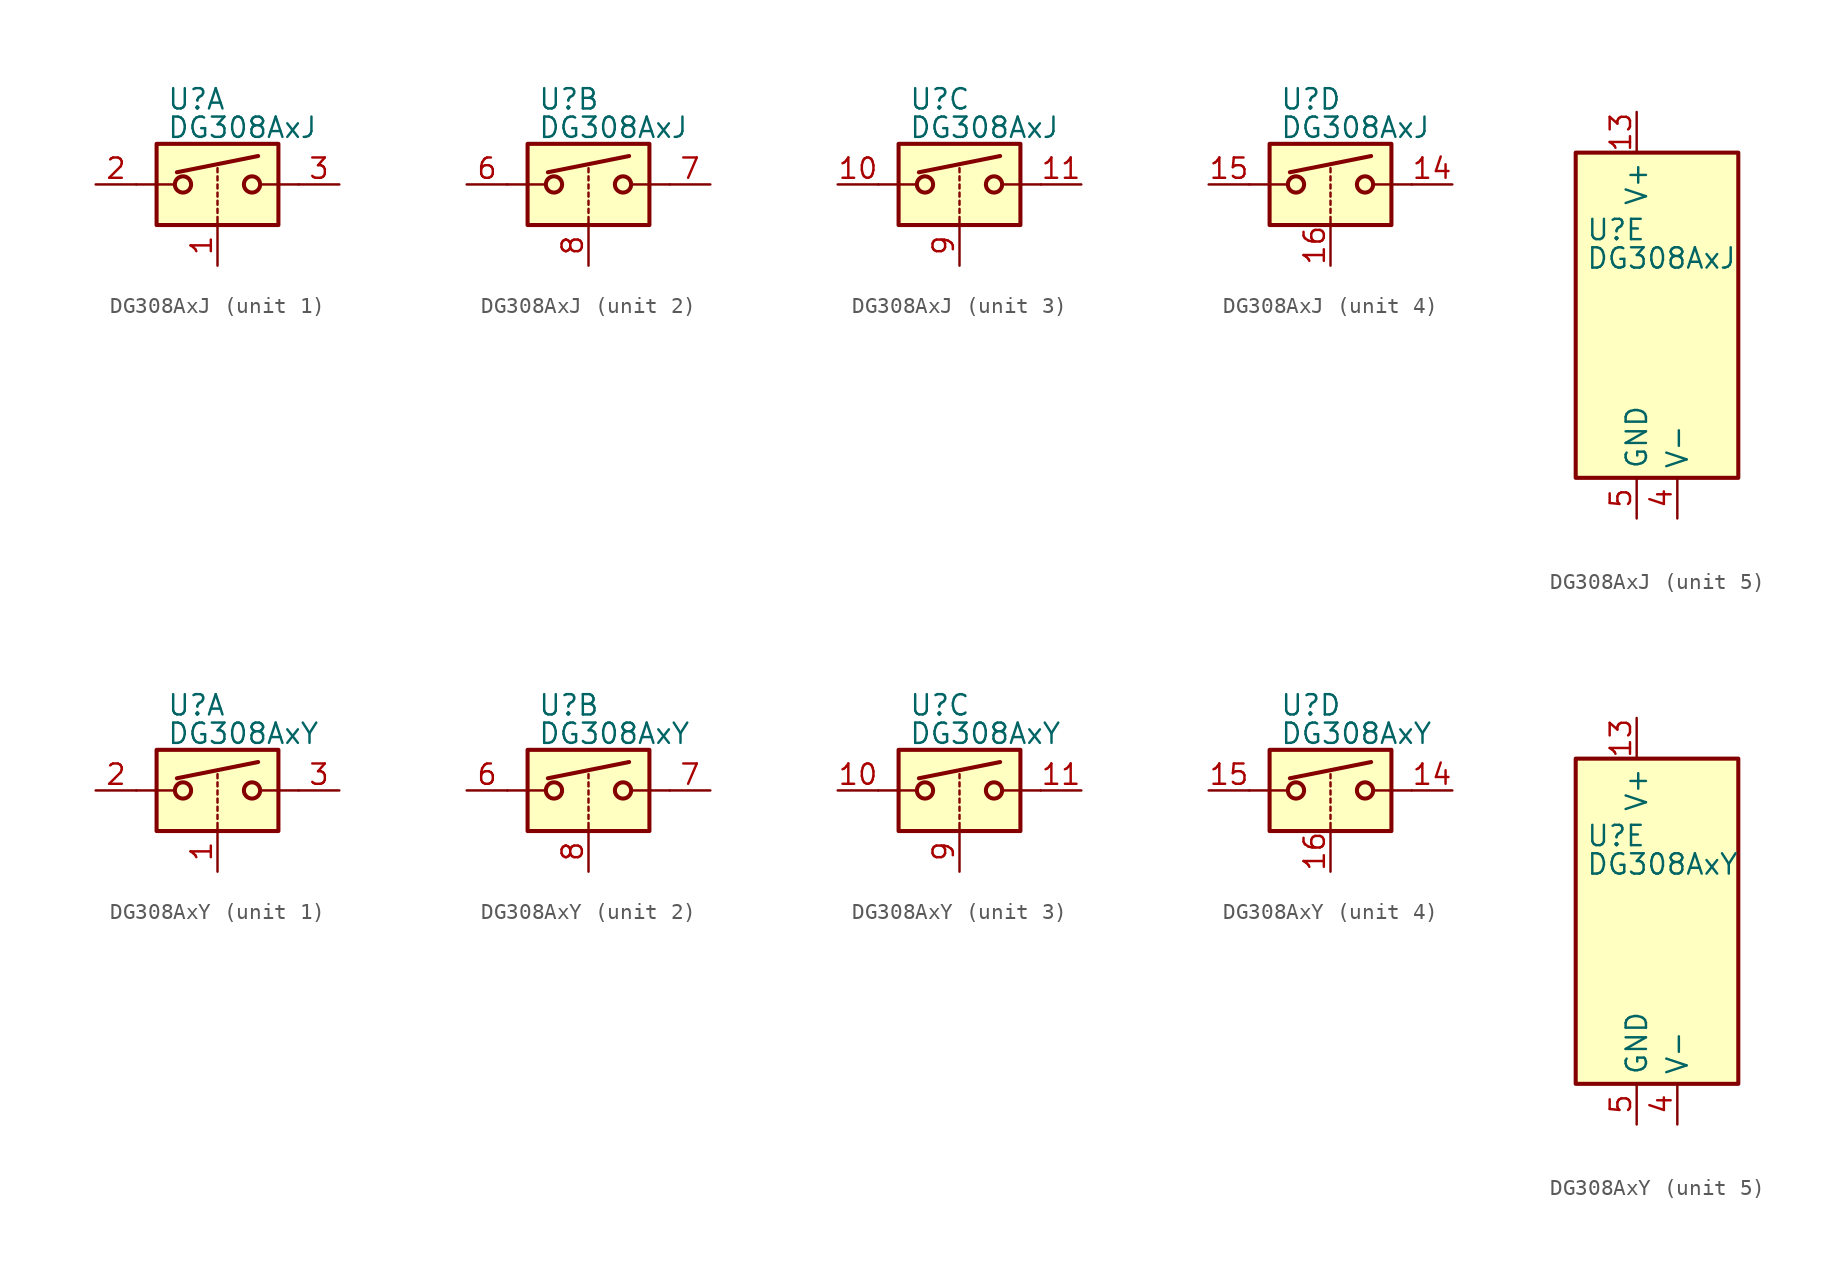
<source format=kicad_sym>
(kicad_symbol_lib
  (version 20201005)
  (generator kicad_symbol_editor)
  (symbol "Analog_Switch:DG308AxJ"
    (property "Reference" "U"
      (at -3.175 5.334 0)
      (effects (font (size 1.27 1.27)) (justify left)))
    (property "Value" "DG308AxJ"
      (at -3.175 3.556 0)
      (effects (font (size 1.27 1.27)) (justify left)))
    (symbol "DG308AxJ_1_1"
      (circle (center -2.159 0) (radius 0.508) (stroke (width 0.254)) (fill (type none)))
      (circle (center 2.159 0) (radius 0.508) (stroke (width 0.254)) (fill (type none)))
      (rectangle (start -3.81 2.54) (end 3.81 -2.54) (stroke (width 0.254)) (fill (type background)))
      (polyline (pts (xy -5.08 0) (xy -2.794 0)) (stroke (width 0)) (fill (type none)))
      (polyline (pts (xy -2.54 0.762) (xy 2.54 1.778)) (stroke (width 0.254)) (fill (type none)))
      (polyline (pts (xy 0 -2.54) (xy 0 -2.032)) (stroke (width 0)) (fill (type none)))
      (polyline (pts (xy 0 -1.778) (xy 0 -1.524)) (stroke (width 0)) (fill (type none)))
      (polyline (pts (xy 0 -1.27) (xy 0 -1.016)) (stroke (width 0)) (fill (type none)))
      (polyline (pts (xy 0 -0.762) (xy 0 -0.508)) (stroke (width 0)) (fill (type none)))
      (polyline (pts (xy 0 -0.254) (xy 0 0)) (stroke (width 0)) (fill (type none)))
      (polyline (pts (xy 0 0.254) (xy 0 0.508)) (stroke (width 0)) (fill (type none)))
      (polyline (pts (xy 0 0.762) (xy 0 1.016)) (stroke (width 0)) (fill (type none)))
      (polyline (pts (xy 5.08 0) (xy 2.794 0)) (stroke (width 0)) (fill (type none)))
      (pin input line (at 0 -5.08 90) (length 2.54) (name "~" (effects (font (size 1.27 1.27)))) (number "1" (effects (font (size 1.27 1.27)))))
      (pin passive line (at -7.62 0 0) (length 2.54) (name "~" (effects (font (size 1.27 1.27)))) (number "2" (effects (font (size 1.27 1.27)))))
      (pin passive line (at 7.62 0 180) (length 2.54) (name "~" (effects (font (size 1.27 1.27)))) (number "3" (effects (font (size 1.27 1.27))))))
    (symbol "DG308AxJ_2_1"
      (circle (center -2.159 0) (radius 0.508) (stroke (width 0.254)) (fill (type none)))
      (circle (center 2.159 0) (radius 0.508) (stroke (width 0.254)) (fill (type none)))
      (rectangle (start -3.81 2.54) (end 3.81 -2.54) (stroke (width 0.254)) (fill (type background)))
      (polyline (pts (xy -5.08 0) (xy -2.794 0)) (stroke (width 0)) (fill (type none)))
      (polyline (pts (xy -2.54 0.762) (xy 2.54 1.778)) (stroke (width 0.254)) (fill (type none)))
      (polyline (pts (xy 0 -2.54) (xy 0 -2.032)) (stroke (width 0)) (fill (type none)))
      (polyline (pts (xy 0 -1.778) (xy 0 -1.524)) (stroke (width 0)) (fill (type none)))
      (polyline (pts (xy 0 -1.27) (xy 0 -1.016)) (stroke (width 0)) (fill (type none)))
      (polyline (pts (xy 0 -0.762) (xy 0 -0.508)) (stroke (width 0)) (fill (type none)))
      (polyline (pts (xy 0 -0.254) (xy 0 0)) (stroke (width 0)) (fill (type none)))
      (polyline (pts (xy 0 0.254) (xy 0 0.508)) (stroke (width 0)) (fill (type none)))
      (polyline (pts (xy 0 0.762) (xy 0 1.016)) (stroke (width 0)) (fill (type none)))
      (polyline (pts (xy 5.08 0) (xy 2.794 0)) (stroke (width 0)) (fill (type none)))
      (pin passive line (at -7.62 0 0) (length 2.54) (name "~" (effects (font (size 1.27 1.27)))) (number "6" (effects (font (size 1.27 1.27)))))
      (pin passive line (at 7.62 0 180) (length 2.54) (name "~" (effects (font (size 1.27 1.27)))) (number "7" (effects (font (size 1.27 1.27)))))
      (pin input line (at 0 -5.08 90) (length 2.54) (name "~" (effects (font (size 1.27 1.27)))) (number "8" (effects (font (size 1.27 1.27))))))
    (symbol "DG308AxJ_3_1"
      (circle (center -2.159 0) (radius 0.508) (stroke (width 0.254)) (fill (type none)))
      (circle (center 2.159 0) (radius 0.508) (stroke (width 0.254)) (fill (type none)))
      (rectangle (start -3.81 2.54) (end 3.81 -2.54) (stroke (width 0.254)) (fill (type background)))
      (polyline (pts (xy -5.08 0) (xy -2.794 0)) (stroke (width 0)) (fill (type none)))
      (polyline (pts (xy -2.54 0.762) (xy 2.54 1.778)) (stroke (width 0.254)) (fill (type none)))
      (polyline (pts (xy 0 -2.54) (xy 0 -2.032)) (stroke (width 0)) (fill (type none)))
      (polyline (pts (xy 0 -1.778) (xy 0 -1.524)) (stroke (width 0)) (fill (type none)))
      (polyline (pts (xy 0 -1.27) (xy 0 -1.016)) (stroke (width 0)) (fill (type none)))
      (polyline (pts (xy 0 -0.762) (xy 0 -0.508)) (stroke (width 0)) (fill (type none)))
      (polyline (pts (xy 0 -0.254) (xy 0 0)) (stroke (width 0)) (fill (type none)))
      (polyline (pts (xy 0 0.254) (xy 0 0.508)) (stroke (width 0)) (fill (type none)))
      (polyline (pts (xy 0 0.762) (xy 0 1.016)) (stroke (width 0)) (fill (type none)))
      (polyline (pts (xy 5.08 0) (xy 2.794 0)) (stroke (width 0)) (fill (type none)))
      (pin passive line (at -7.62 0 0) (length 2.54) (name "~" (effects (font (size 1.27 1.27)))) (number "10" (effects (font (size 1.27 1.27)))))
      (pin passive line (at 7.62 0 180) (length 2.54) (name "~" (effects (font (size 1.27 1.27)))) (number "11" (effects (font (size 1.27 1.27)))))
      (pin input line (at 0 -5.08 90) (length 2.54) (name "~" (effects (font (size 1.27 1.27)))) (number "9" (effects (font (size 1.27 1.27))))))
    (symbol "DG308AxJ_4_1"
      (circle (center -2.159 0) (radius 0.508) (stroke (width 0.254)) (fill (type none)))
      (circle (center 2.159 0) (radius 0.508) (stroke (width 0.254)) (fill (type none)))
      (rectangle (start -3.81 2.54) (end 3.81 -2.54) (stroke (width 0.254)) (fill (type background)))
      (polyline (pts (xy -5.08 0) (xy -2.794 0)) (stroke (width 0)) (fill (type none)))
      (polyline (pts (xy -2.54 0.762) (xy 2.54 1.778)) (stroke (width 0.254)) (fill (type none)))
      (polyline (pts (xy 0 -2.54) (xy 0 -2.032)) (stroke (width 0)) (fill (type none)))
      (polyline (pts (xy 0 -1.778) (xy 0 -1.524)) (stroke (width 0)) (fill (type none)))
      (polyline (pts (xy 0 -1.27) (xy 0 -1.016)) (stroke (width 0)) (fill (type none)))
      (polyline (pts (xy 0 -0.762) (xy 0 -0.508)) (stroke (width 0)) (fill (type none)))
      (polyline (pts (xy 0 -0.254) (xy 0 0)) (stroke (width 0)) (fill (type none)))
      (polyline (pts (xy 0 0.254) (xy 0 0.508)) (stroke (width 0)) (fill (type none)))
      (polyline (pts (xy 0 0.762) (xy 0 1.016)) (stroke (width 0)) (fill (type none)))
      (polyline (pts (xy 5.08 0) (xy 2.794 0)) (stroke (width 0)) (fill (type none)))
      (pin passive line (at 7.62 0 180) (length 2.54) (name "~" (effects (font (size 1.27 1.27)))) (number "14" (effects (font (size 1.27 1.27)))))
      (pin passive line (at -7.62 0 0) (length 2.54) (name "~" (effects (font (size 1.27 1.27)))) (number "15" (effects (font (size 1.27 1.27)))))
      (pin input line (at 0 -5.08 90) (length 2.54) (name "~" (effects (font (size 1.27 1.27)))) (number "16" (effects (font (size 1.27 1.27))))))
    (symbol "DG308AxJ_5_0"
      (pin no_connect line (at 2.54 10.16 270) (length 2.54) hide (name "NC" (effects (font (size 1.27 1.27)))) (number "12" (effects (font (size 1.27 1.27)))))
      (pin power_in line (at 0 12.7 270) (length 2.54) (name "V+" (effects (font (size 1.27 1.27)))) (number "13" (effects (font (size 1.27 1.27)))))
      (pin power_in line (at 2.54 -12.7 90) (length 2.54) (name "V-" (effects (font (size 1.27 1.27)))) (number "4" (effects (font (size 1.27 1.27)))))
      (pin power_in line (at 0 -12.7 90) (length 2.54) (name "GND" (effects (font (size 1.27 1.27)))) (number "5" (effects (font (size 1.27 1.27))))))
    (symbol "DG308AxJ_5_1"
      (rectangle (start -3.81 10.16) (end 6.35 -10.16) (stroke (width 0.254)) (fill (type background)))))
  (symbol "Analog_Switch:DG308AxY"
    (property "Reference" "U"
      (at -3.175 5.334 0)
      (effects (font (size 1.27 1.27)) (justify left)))
    (property "Value" "DG308AxY"
      (at -3.175 3.556 0)
      (effects (font (size 1.27 1.27)) (justify left)))
    (symbol "DG308AxY_1_1"
      (circle (center -2.159 0) (radius 0.508) (stroke (width 0.254)) (fill (type none)))
      (circle (center 2.159 0) (radius 0.508) (stroke (width 0.254)) (fill (type none)))
      (rectangle (start -3.81 2.54) (end 3.81 -2.54) (stroke (width 0.254)) (fill (type background)))
      (polyline (pts (xy -5.08 0) (xy -2.794 0)) (stroke (width 0)) (fill (type none)))
      (polyline (pts (xy -2.54 0.762) (xy 2.54 1.778)) (stroke (width 0.254)) (fill (type none)))
      (polyline (pts (xy 0 -2.54) (xy 0 -2.032)) (stroke (width 0)) (fill (type none)))
      (polyline (pts (xy 0 -1.778) (xy 0 -1.524)) (stroke (width 0)) (fill (type none)))
      (polyline (pts (xy 0 -1.27) (xy 0 -1.016)) (stroke (width 0)) (fill (type none)))
      (polyline (pts (xy 0 -0.762) (xy 0 -0.508)) (stroke (width 0)) (fill (type none)))
      (polyline (pts (xy 0 -0.254) (xy 0 0)) (stroke (width 0)) (fill (type none)))
      (polyline (pts (xy 0 0.254) (xy 0 0.508)) (stroke (width 0)) (fill (type none)))
      (polyline (pts (xy 0 0.762) (xy 0 1.016)) (stroke (width 0)) (fill (type none)))
      (polyline (pts (xy 5.08 0) (xy 2.794 0)) (stroke (width 0)) (fill (type none)))
      (pin input line (at 0 -5.08 90) (length 2.54) (name "~" (effects (font (size 1.27 1.27)))) (number "1" (effects (font (size 1.27 1.27)))))
      (pin passive line (at -7.62 0 0) (length 2.54) (name "~" (effects (font (size 1.27 1.27)))) (number "2" (effects (font (size 1.27 1.27)))))
      (pin passive line (at 7.62 0 180) (length 2.54) (name "~" (effects (font (size 1.27 1.27)))) (number "3" (effects (font (size 1.27 1.27))))))
    (symbol "DG308AxY_2_1"
      (circle (center -2.159 0) (radius 0.508) (stroke (width 0.254)) (fill (type none)))
      (circle (center 2.159 0) (radius 0.508) (stroke (width 0.254)) (fill (type none)))
      (rectangle (start -3.81 2.54) (end 3.81 -2.54) (stroke (width 0.254)) (fill (type background)))
      (polyline (pts (xy -5.08 0) (xy -2.794 0)) (stroke (width 0)) (fill (type none)))
      (polyline (pts (xy -2.54 0.762) (xy 2.54 1.778)) (stroke (width 0.254)) (fill (type none)))
      (polyline (pts (xy 0 -2.54) (xy 0 -2.032)) (stroke (width 0)) (fill (type none)))
      (polyline (pts (xy 0 -1.778) (xy 0 -1.524)) (stroke (width 0)) (fill (type none)))
      (polyline (pts (xy 0 -1.27) (xy 0 -1.016)) (stroke (width 0)) (fill (type none)))
      (polyline (pts (xy 0 -0.762) (xy 0 -0.508)) (stroke (width 0)) (fill (type none)))
      (polyline (pts (xy 0 -0.254) (xy 0 0)) (stroke (width 0)) (fill (type none)))
      (polyline (pts (xy 0 0.254) (xy 0 0.508)) (stroke (width 0)) (fill (type none)))
      (polyline (pts (xy 0 0.762) (xy 0 1.016)) (stroke (width 0)) (fill (type none)))
      (polyline (pts (xy 5.08 0) (xy 2.794 0)) (stroke (width 0)) (fill (type none)))
      (pin passive line (at -7.62 0 0) (length 2.54) (name "~" (effects (font (size 1.27 1.27)))) (number "6" (effects (font (size 1.27 1.27)))))
      (pin passive line (at 7.62 0 180) (length 2.54) (name "~" (effects (font (size 1.27 1.27)))) (number "7" (effects (font (size 1.27 1.27)))))
      (pin input line (at 0 -5.08 90) (length 2.54) (name "~" (effects (font (size 1.27 1.27)))) (number "8" (effects (font (size 1.27 1.27))))))
    (symbol "DG308AxY_3_1"
      (circle (center -2.159 0) (radius 0.508) (stroke (width 0.254)) (fill (type none)))
      (circle (center 2.159 0) (radius 0.508) (stroke (width 0.254)) (fill (type none)))
      (rectangle (start -3.81 2.54) (end 3.81 -2.54) (stroke (width 0.254)) (fill (type background)))
      (polyline (pts (xy -5.08 0) (xy -2.794 0)) (stroke (width 0)) (fill (type none)))
      (polyline (pts (xy -2.54 0.762) (xy 2.54 1.778)) (stroke (width 0.254)) (fill (type none)))
      (polyline (pts (xy 0 -2.54) (xy 0 -2.032)) (stroke (width 0)) (fill (type none)))
      (polyline (pts (xy 0 -1.778) (xy 0 -1.524)) (stroke (width 0)) (fill (type none)))
      (polyline (pts (xy 0 -1.27) (xy 0 -1.016)) (stroke (width 0)) (fill (type none)))
      (polyline (pts (xy 0 -0.762) (xy 0 -0.508)) (stroke (width 0)) (fill (type none)))
      (polyline (pts (xy 0 -0.254) (xy 0 0)) (stroke (width 0)) (fill (type none)))
      (polyline (pts (xy 0 0.254) (xy 0 0.508)) (stroke (width 0)) (fill (type none)))
      (polyline (pts (xy 0 0.762) (xy 0 1.016)) (stroke (width 0)) (fill (type none)))
      (polyline (pts (xy 5.08 0) (xy 2.794 0)) (stroke (width 0)) (fill (type none)))
      (pin passive line (at -7.62 0 0) (length 2.54) (name "~" (effects (font (size 1.27 1.27)))) (number "10" (effects (font (size 1.27 1.27)))))
      (pin passive line (at 7.62 0 180) (length 2.54) (name "~" (effects (font (size 1.27 1.27)))) (number "11" (effects (font (size 1.27 1.27)))))
      (pin input line (at 0 -5.08 90) (length 2.54) (name "~" (effects (font (size 1.27 1.27)))) (number "9" (effects (font (size 1.27 1.27))))))
    (symbol "DG308AxY_4_1"
      (circle (center -2.159 0) (radius 0.508) (stroke (width 0.254)) (fill (type none)))
      (circle (center 2.159 0) (radius 0.508) (stroke (width 0.254)) (fill (type none)))
      (rectangle (start -3.81 2.54) (end 3.81 -2.54) (stroke (width 0.254)) (fill (type background)))
      (polyline (pts (xy -5.08 0) (xy -2.794 0)) (stroke (width 0)) (fill (type none)))
      (polyline (pts (xy -2.54 0.762) (xy 2.54 1.778)) (stroke (width 0.254)) (fill (type none)))
      (polyline (pts (xy 0 -2.54) (xy 0 -2.032)) (stroke (width 0)) (fill (type none)))
      (polyline (pts (xy 0 -1.778) (xy 0 -1.524)) (stroke (width 0)) (fill (type none)))
      (polyline (pts (xy 0 -1.27) (xy 0 -1.016)) (stroke (width 0)) (fill (type none)))
      (polyline (pts (xy 0 -0.762) (xy 0 -0.508)) (stroke (width 0)) (fill (type none)))
      (polyline (pts (xy 0 -0.254) (xy 0 0)) (stroke (width 0)) (fill (type none)))
      (polyline (pts (xy 0 0.254) (xy 0 0.508)) (stroke (width 0)) (fill (type none)))
      (polyline (pts (xy 0 0.762) (xy 0 1.016)) (stroke (width 0)) (fill (type none)))
      (polyline (pts (xy 5.08 0) (xy 2.794 0)) (stroke (width 0)) (fill (type none)))
      (pin passive line (at 7.62 0 180) (length 2.54) (name "~" (effects (font (size 1.27 1.27)))) (number "14" (effects (font (size 1.27 1.27)))))
      (pin passive line (at -7.62 0 0) (length 2.54) (name "~" (effects (font (size 1.27 1.27)))) (number "15" (effects (font (size 1.27 1.27)))))
      (pin input line (at 0 -5.08 90) (length 2.54) (name "~" (effects (font (size 1.27 1.27)))) (number "16" (effects (font (size 1.27 1.27))))))
    (symbol "DG308AxY_5_0"
      (pin no_connect line (at 2.54 10.16 270) (length 2.54) hide (name "NC" (effects (font (size 1.27 1.27)))) (number "12" (effects (font (size 1.27 1.27)))))
      (pin power_in line (at 0 12.7 270) (length 2.54) (name "V+" (effects (font (size 1.27 1.27)))) (number "13" (effects (font (size 1.27 1.27)))))
      (pin power_in line (at 2.54 -12.7 90) (length 2.54) (name "V-" (effects (font (size 1.27 1.27)))) (number "4" (effects (font (size 1.27 1.27)))))
      (pin power_in line (at 0 -12.7 90) (length 2.54) (name "GND" (effects (font (size 1.27 1.27)))) (number "5" (effects (font (size 1.27 1.27))))))
    (symbol "DG308AxY_5_1"
      (rectangle (start -3.81 10.16) (end 6.35 -10.16) (stroke (width 0.254)) (fill (type background))))))
</source>
